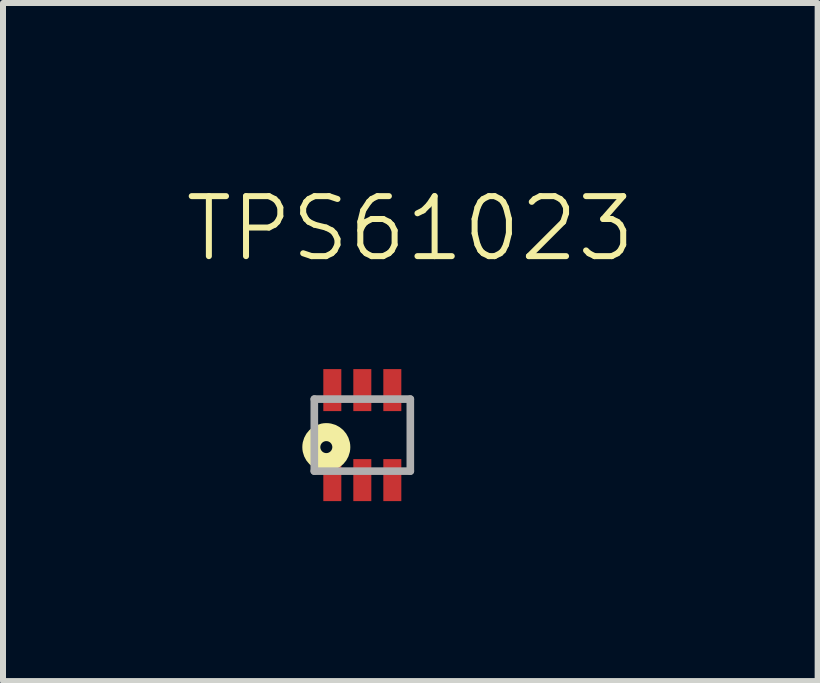
<source format=kicad_pcb>
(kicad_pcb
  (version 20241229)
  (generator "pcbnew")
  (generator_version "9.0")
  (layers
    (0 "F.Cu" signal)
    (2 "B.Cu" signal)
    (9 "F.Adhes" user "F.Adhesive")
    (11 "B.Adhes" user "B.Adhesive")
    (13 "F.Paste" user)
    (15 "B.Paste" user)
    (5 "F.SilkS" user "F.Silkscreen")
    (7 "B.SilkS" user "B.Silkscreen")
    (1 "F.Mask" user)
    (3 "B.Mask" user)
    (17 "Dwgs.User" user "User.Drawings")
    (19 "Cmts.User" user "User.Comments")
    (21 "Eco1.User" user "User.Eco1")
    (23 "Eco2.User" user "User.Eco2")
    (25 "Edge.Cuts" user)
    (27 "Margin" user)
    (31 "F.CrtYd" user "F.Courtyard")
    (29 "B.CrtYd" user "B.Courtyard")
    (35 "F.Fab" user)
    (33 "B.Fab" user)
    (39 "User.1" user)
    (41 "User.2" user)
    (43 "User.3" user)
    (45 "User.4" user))
  (footprint "TPS61023"
    (layer "F.Cu")
    (at 3.788 4.801)
    (property "Reference" "TPS61023" (at 0 -4.04 0) (unlocked yes) (layer "F.SilkS") (effects (font (size 1 1) (thickness 0.1))))
    (attr smd)
    (fp_circle (center -1.4 -0.4) (end -1.3 -0.4) (stroke (width 0.3) (type solid)) (fill no) (layer "F.SilkS"))
    (fp_line (start -1.6 -1.2) (end 0 -1.2) (stroke (width 0.127) (type solid)) (layer "F.Fab"))
    (fp_line (start -1.6 0) (end -1.6 -1.2) (stroke (width 0.127) (type solid)) (layer "F.Fab"))
    (fp_line (start 0 -1.2) (end 0 0) (stroke (width 0.127) (type solid)) (layer "F.Fab"))
    (fp_line (start 0 0) (end -1.6 0) (stroke (width 0.127) (type solid)) (layer "F.Fab"))
    (pad "1" smd rect (at -1.3 0.15) (size 0.3 0.7) (layers "F.Cu" "F.Mask" "F.Paste"))
    (pad "2" smd rect (at -0.8 0.15) (size 0.3 0.7) (layers "F.Cu" "F.Mask" "F.Paste"))
    (pad "3" smd rect (at -0.3 0.15) (size 0.3 0.7) (layers "F.Cu" "F.Mask" "F.Paste"))
    (pad "4" smd rect (at -0.3 -1.35) (size 0.3 0.7) (layers "F.Cu" "F.Mask" "F.Paste"))
    (pad "5" smd rect (at -0.8 -1.35) (size 0.3 0.7) (layers "F.Cu" "F.Mask" "F.Paste"))
    (pad "6" smd rect (at -1.3 -1.35) (size 0.3 0.7) (layers "F.Cu" "F.Mask" "F.Paste")))
  (gr_rect
    (start -3 -3)
    (end 10.576 8.3)
    (stroke (width 0.1) (type default))
    (fill no)
    (layer "Edge.Cuts")))
</source>
